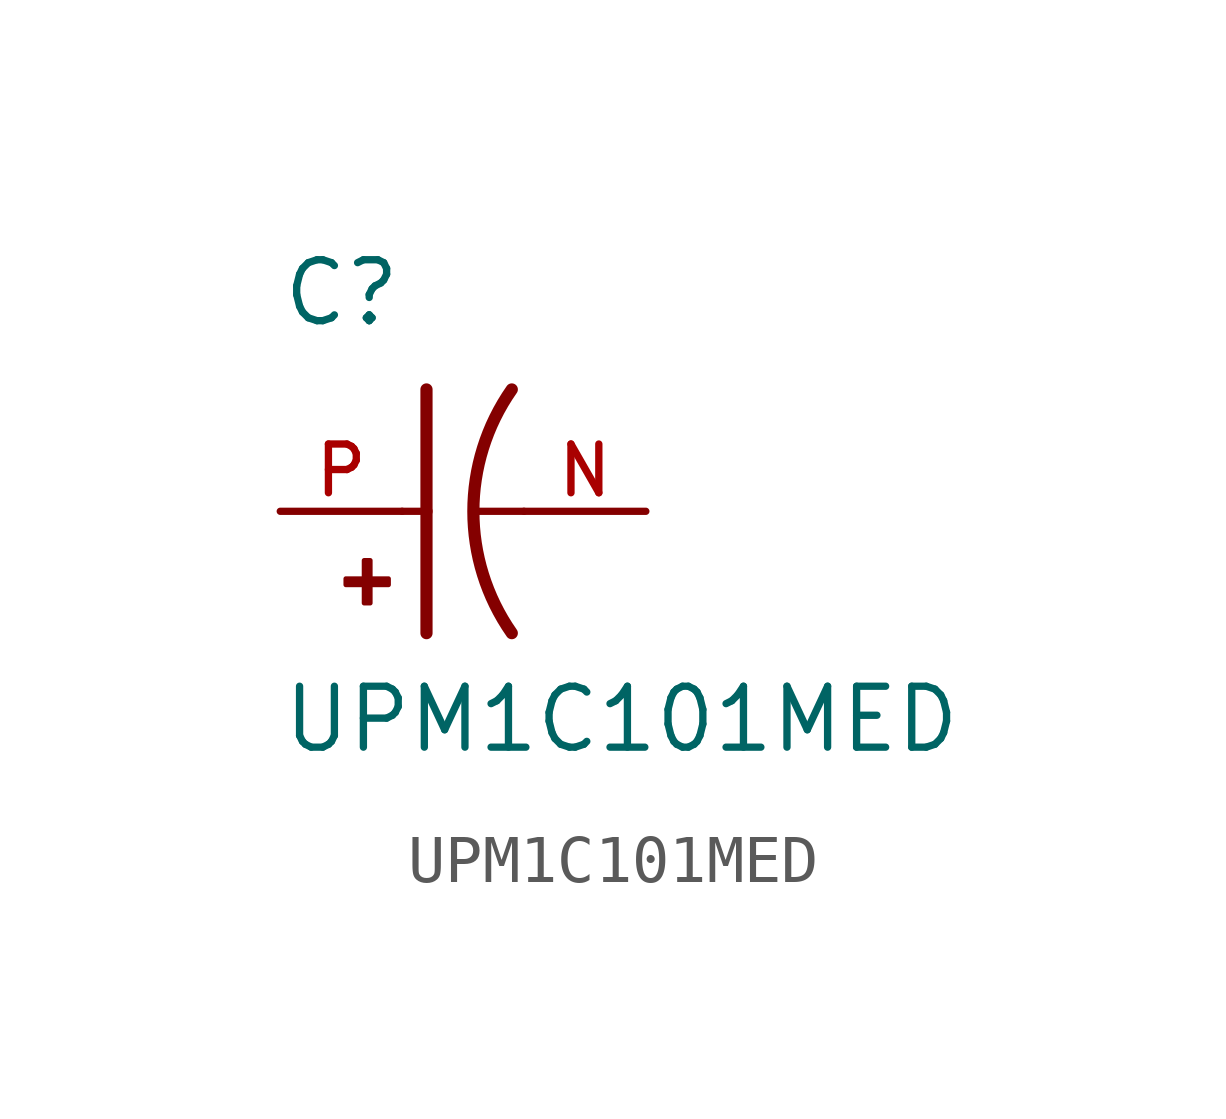
<source format=kicad_sym>
(kicad_symbol_lib
  (version 20211014)
  (generator kicad_symbol_editor)
  (symbol "UPM1C101MED"
    (pin_names
      (offset 1.016))
    (property "Reference" "C"
      (at -2.54 3.81 0)
      (effects (font (size 1.27 1.27)) (justify bottom left)))
    (property "Value" "UPM1C101MED"
      (at -2.54 -5.08 0)
      (effects (font (size 1.27 1.27)) (justify bottom left)))
    (symbol "UPM1C101MED_0_0"
      (arc (start 2.286 -2.54) (mid 1.4851 -0.0) (end 2.286 2.54) (stroke (width 0.254) (type default) (color 0 0 0 0)) (fill (type none)))
      (polyline (pts (xy 0.508 2.54) (xy 0.508 0.0)) (stroke (width 0.254)))
      (rectangle (start -1.173 -1.532) (end -0.284 -1.405) (stroke (width 0.1)) (fill (type outline)))
      (rectangle (start -0.792 -1.913) (end -0.665 -1.024) (stroke (width 0.1)) (fill (type outline)))
      (polyline (pts (xy 0.508 0.0) (xy 0.508 -2.54)) (stroke (width 0.254)))
      (polyline (pts (xy 0.0 0.0) (xy 0.508 0.0)) (stroke (width 0.152)))
      (polyline (pts (xy 2.54 0.0) (xy 1.524 0.0)) (stroke (width 0.152)))
      (pin passive line (at -2.54 0.0 0) (length 2.54) (name "~" (effects (font (size 1.016 1.016)))) (number "P" (effects (font (size 1.016 1.016)))))
      (pin passive line (at 5.08 0.0 180.0) (length 2.54) (name "~" (effects (font (size 1.016 1.016)))) (number "N" (effects (font (size 1.016 1.016))))))))
</source>
